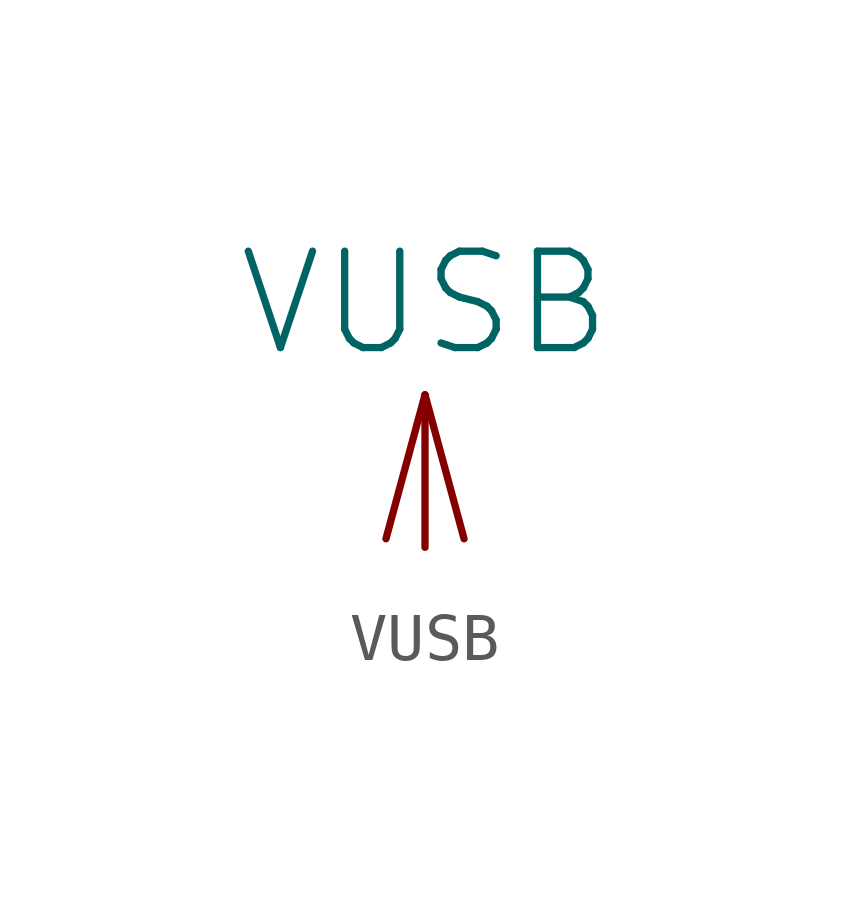
<source format=kicad_sym>
(kicad_symbol_lib
  (version 20231120)
  (generator "kicad_symbol_editor")
  (generator_version "8.0")
  (symbol "VUSB"
    (power)
    (pin_numbers hide)
    (pin_names
      (offset 0) hide)
    (property "Reference" "#PWR"
      (at 0 -2.54 0)
      (effects (font (size 2.007 2.007)) (hide yes)))
    (property "Value" "VUSB"
      (at 0 5.08 0)
      (effects (font (size 2.007 2.007))))
    (property "Footprint" ""
      (at 0 3.175 90)
      (effects (font (size 2.489 2.489))))
    (symbol "VUSB_0_1"
      (polyline (pts (xy 0 3.175) (xy -0.813 0.178)) (stroke (width 0) (type solid)) (fill (type none)))
      (polyline (pts (xy 0 3.175) (xy 0 0)) (stroke (width 0) (type solid)) (fill (type none)))
      (polyline (pts (xy 0.813 0.178) (xy 0 3.175)) (stroke (width 0) (type solid)) (fill (type none))))
    (symbol "VUSB_1_1"
      (pin power_in line (at 0 0 90) (length 0) hide (name "VUSB" (effects (font (size 1.803 1.803)))) (number "1" (effects (font (size 1.803 1.803))))))))
</source>
